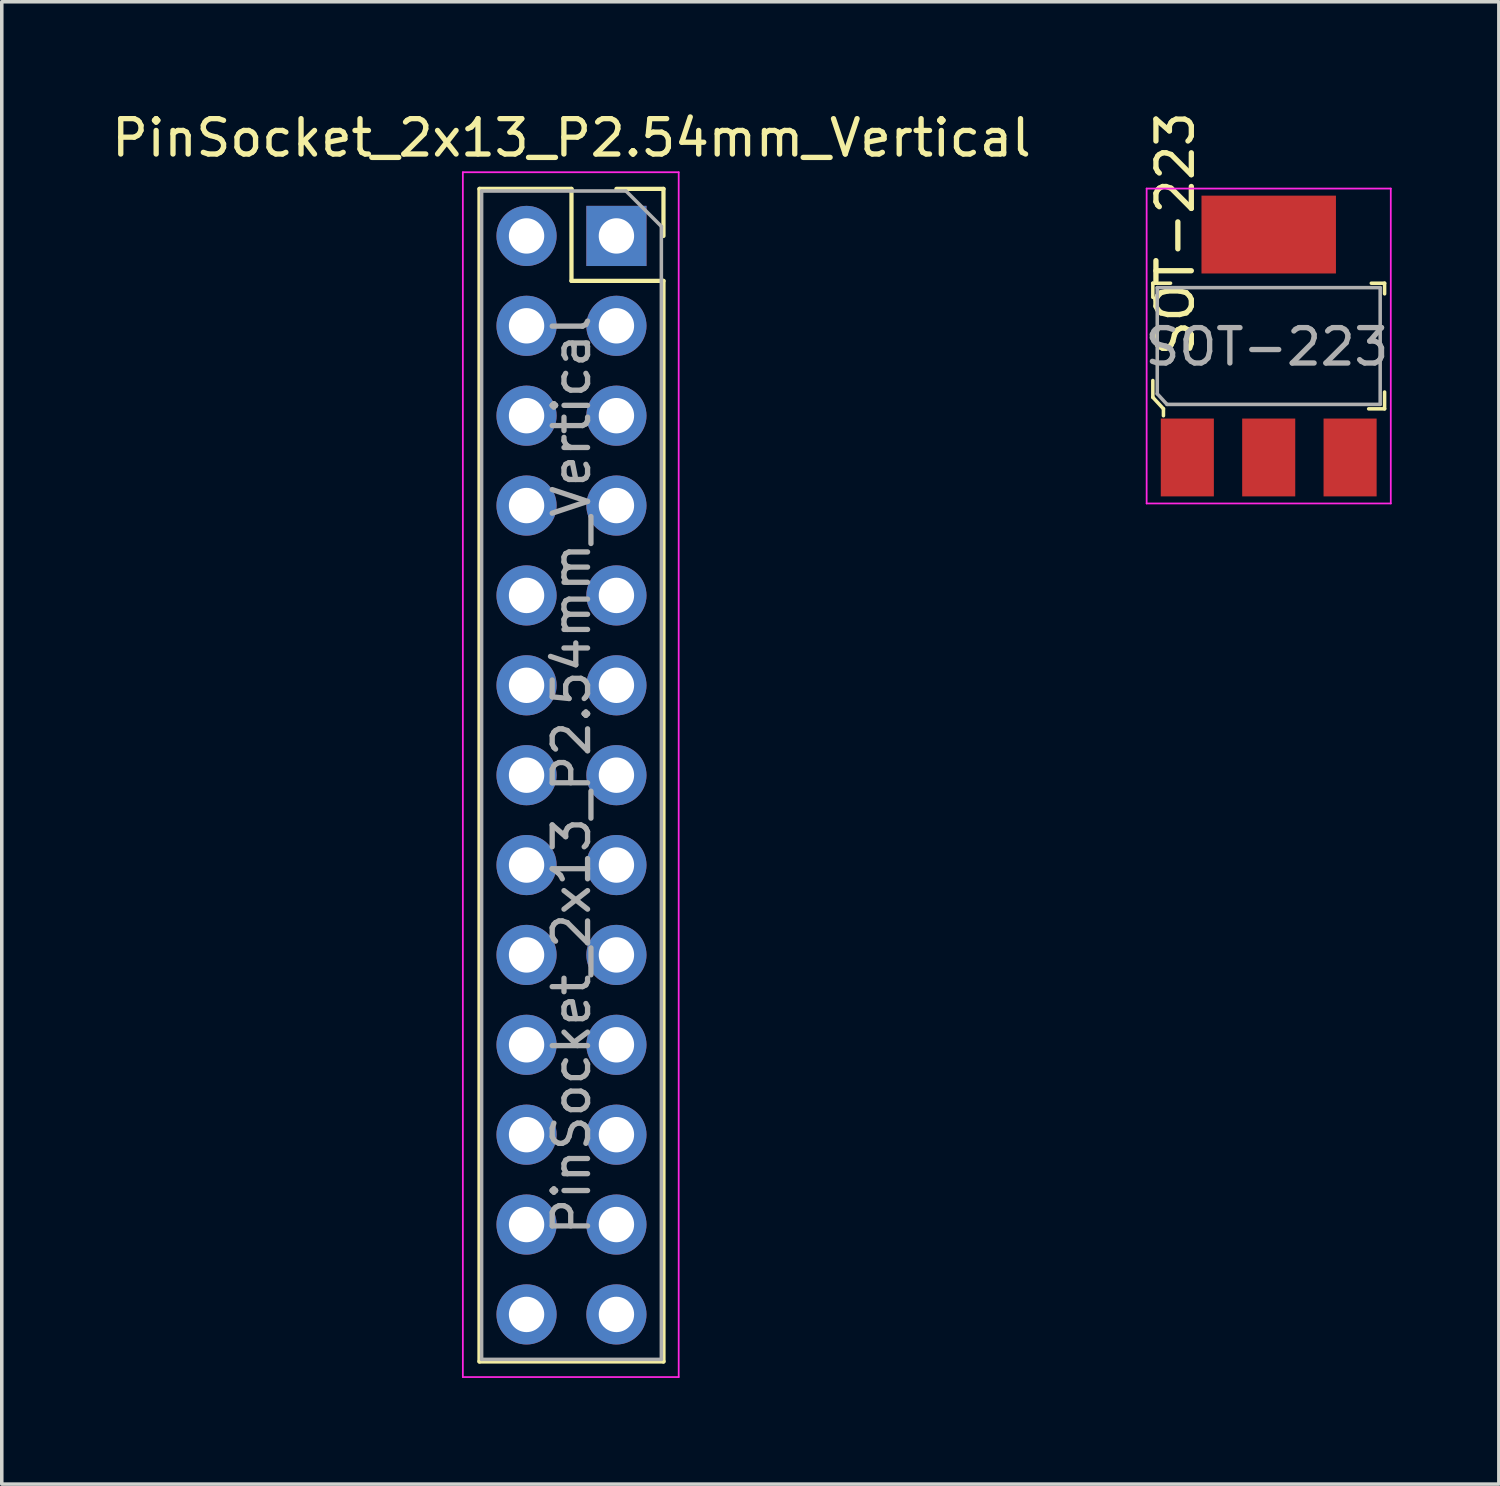
<source format=kicad_pcb>
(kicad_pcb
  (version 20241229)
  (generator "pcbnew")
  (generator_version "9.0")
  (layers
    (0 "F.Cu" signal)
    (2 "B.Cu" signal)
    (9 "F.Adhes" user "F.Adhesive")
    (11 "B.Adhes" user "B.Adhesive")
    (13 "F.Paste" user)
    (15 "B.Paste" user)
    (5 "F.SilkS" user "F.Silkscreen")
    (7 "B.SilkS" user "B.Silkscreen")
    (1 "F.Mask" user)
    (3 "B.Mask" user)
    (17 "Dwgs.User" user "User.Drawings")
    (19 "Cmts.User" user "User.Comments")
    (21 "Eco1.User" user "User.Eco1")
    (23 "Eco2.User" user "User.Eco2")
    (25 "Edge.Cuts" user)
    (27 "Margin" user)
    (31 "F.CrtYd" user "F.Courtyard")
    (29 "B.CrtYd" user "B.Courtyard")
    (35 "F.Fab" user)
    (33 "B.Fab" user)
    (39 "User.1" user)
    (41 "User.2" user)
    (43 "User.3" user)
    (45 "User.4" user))
  (footprint "SOT-223"
    (layer "F.Cu")
    (at 32.806 6.729)
    (property "Reference" "SOT-223" (at -2.642 -3.175 90) (layer "F.SilkS") (effects (font (size 1 1) (thickness 0.15))))
    (attr smd)
    (fp_line (start -3.275 -1.775) (end -3.275 -1.375) (stroke (width 0.1) (type solid)) (layer "F.SilkS"))
    (fp_line (start -3.275 0.975) (end -3.275 1.45) (stroke (width 0.1) (type solid)) (layer "F.SilkS"))
    (fp_line (start -3.275 1.45) (end -2.975 1.775) (stroke (width 0.1) (type solid)) (layer "F.SilkS"))
    (fp_line (start -2.975 1.775) (end -2.975 1.97) (stroke (width 0.1) (type solid)) (layer "F.SilkS"))
    (fp_line (start -2.775 -1.775) (end -3.275 -1.775) (stroke (width 0.1) (type solid)) (layer "F.SilkS"))
    (fp_line (start 2.9 -1.775) (end 3.275 -1.775) (stroke (width 0.1) (type solid)) (layer "F.SilkS"))
    (fp_line (start 3.275 -1.775) (end 3.275 -1.475) (stroke (width 0.1) (type solid)) (layer "F.SilkS"))
    (fp_line (start 3.275 1.3) (end 3.275 1.775) (stroke (width 0.1) (type solid)) (layer "F.SilkS"))
    (fp_line (start 3.275 1.775) (end 2.825 1.775) (stroke (width 0.1) (type solid)) (layer "F.SilkS"))
    (fp_line (start -3.45 -4.45) (end -3.45 4.45) (stroke (width 0.05) (type solid)) (layer "F.CrtYd"))
    (fp_line (start -3.45 4.45) (end 3.45 4.45) (stroke (width 0.05) (type solid)) (layer "F.CrtYd"))
    (fp_line (start 3.45 -4.45) (end -3.45 -4.45) (stroke (width 0.05) (type solid)) (layer "F.CrtYd"))
    (fp_line (start 3.45 -4.45) (end 3.45 4.45) (stroke (width 0.05) (type solid)) (layer "F.CrtYd"))
    (fp_line (start -3.15 -1.65) (end 3.15 -1.65) (stroke (width 0.1) (type solid)) (layer "F.Fab"))
    (fp_line (start -3.15 1.35) (end -3.15 -1.65) (stroke (width 0.1) (type solid)) (layer "F.Fab"))
    (fp_line (start -3.15 1.35) (end -2.875 1.65) (stroke (width 0.1) (type solid)) (layer "F.Fab"))
    (fp_line (start 3.15 -1.65) (end 3.15 1.65) (stroke (width 0.1) (type solid)) (layer "F.Fab"))
    (fp_line (start 3.15 1.65) (end -2.875 1.65) (stroke (width 0.1) (type solid)) (layer "F.Fab"))
    (fp_text user "${REFERENCE}" (at -0.05 0.025 180) (layer "F.Fab") (effects (font (size 1 1) (thickness 0.15))))
    (pad "1" smd rect (at -2.3 3.15) (size 1.5 2.2) (layers "F.Cu" "F.Mask" "F.Paste"))
    (pad "2" smd rect (at 0 3.15) (size 1.5 2.2) (layers "F.Cu" "F.Mask" "F.Paste"))
    (pad "3" smd rect (at 2.3 3.15) (size 1.5 2.2) (layers "F.Cu" "F.Mask" "F.Paste"))
    (pad "4" smd rect (at 0 -3.15) (size 3.8 2.2) (layers "F.Cu" "F.Mask" "F.Paste")))
  (footprint "PinSocket_2x13_P2.54mm_Vertical"
    (layer "F.Cu")
    (at 14.371 3.618)
    (property "Reference" "PinSocket_2x13_P2.54mm_Vertical" (at -1.27 -2.77 180) (layer "F.SilkS") (effects (font (size 1 1) (thickness 0.15))))
    (attr through_hole)
    (fp_line (start -3.87 -1.33) (end -3.87 31.81) (stroke (width 0.12) (type solid)) (layer "F.SilkS"))
    (fp_line (start -3.87 -1.33) (end -1.27 -1.33) (stroke (width 0.12) (type solid)) (layer "F.SilkS"))
    (fp_line (start -3.87 31.81) (end 1.33 31.81) (stroke (width 0.12) (type solid)) (layer "F.SilkS"))
    (fp_line (start -1.27 -1.33) (end -1.27 1.27) (stroke (width 0.12) (type solid)) (layer "F.SilkS"))
    (fp_line (start -1.27 1.27) (end 1.33 1.27) (stroke (width 0.12) (type solid)) (layer "F.SilkS"))
    (fp_line (start 0 -1.33) (end 1.33 -1.33) (stroke (width 0.12) (type solid)) (layer "F.SilkS"))
    (fp_line (start 1.33 -1.33) (end 1.33 0) (stroke (width 0.12) (type solid)) (layer "F.SilkS"))
    (fp_line (start 1.33 1.27) (end 1.33 31.81) (stroke (width 0.12) (type solid)) (layer "F.SilkS"))
    (fp_line (start -4.34 -1.8) (end 1.76 -1.8) (stroke (width 0.05) (type solid)) (layer "F.CrtYd"))
    (fp_line (start -4.34 32.25) (end -4.34 -1.8) (stroke (width 0.05) (type solid)) (layer "F.CrtYd"))
    (fp_line (start 1.76 -1.8) (end 1.76 32.25) (stroke (width 0.05) (type solid)) (layer "F.CrtYd"))
    (fp_line (start 1.76 32.25) (end -4.34 32.25) (stroke (width 0.05) (type solid)) (layer "F.CrtYd"))
    (fp_line (start -3.81 -1.27) (end 0.27 -1.27) (stroke (width 0.1) (type solid)) (layer "F.Fab"))
    (fp_line (start -3.81 31.75) (end -3.81 -1.27) (stroke (width 0.1) (type solid)) (layer "F.Fab"))
    (fp_line (start 0.27 -1.27) (end 1.27 -0.27) (stroke (width 0.1) (type solid)) (layer "F.Fab"))
    (fp_line (start 1.27 -0.27) (end 1.27 31.75) (stroke (width 0.1) (type solid)) (layer "F.Fab"))
    (fp_line (start 1.27 31.75) (end -3.81 31.75) (stroke (width 0.1) (type solid)) (layer "F.Fab"))
    (fp_text user "${REFERENCE}" (at -1.27 15.24 90) (layer "F.Fab") (effects (font (size 1 1) (thickness 0.15))))
    (pad "1" thru_hole rect (at 0 0) (size 1.7 1.7) (drill 1) (layers "*.Cu" "*.Mask"))
    (pad "2" thru_hole oval (at 0 2.54) (size 1.7 1.7) (drill 1) (layers "*.Cu" "*.Mask"))
    (pad "3" thru_hole oval (at 0 5.08) (size 1.7 1.7) (drill 1) (layers "*.Cu" "*.Mask"))
    (pad "4" thru_hole oval (at 0 7.62) (size 1.7 1.7) (drill 1) (layers "*.Cu" "*.Mask"))
    (pad "5" thru_hole oval (at 0 10.16) (size 1.7 1.7) (drill 1) (layers "*.Cu" "*.Mask"))
    (pad "6" thru_hole oval (at 0 12.7) (size 1.7 1.7) (drill 1) (layers "*.Cu" "*.Mask"))
    (pad "7" thru_hole oval (at 0 15.24) (size 1.7 1.7) (drill 1) (layers "*.Cu" "*.Mask"))
    (pad "8" thru_hole oval (at 0 17.78) (size 1.7 1.7) (drill 1) (layers "*.Cu" "*.Mask"))
    (pad "9" thru_hole oval (at 0 20.32) (size 1.7 1.7) (drill 1) (layers "*.Cu" "*.Mask"))
    (pad "10" thru_hole oval (at 0 22.86) (size 1.7 1.7) (drill 1) (layers "*.Cu" "*.Mask"))
    (pad "11" thru_hole oval (at 0 25.4) (size 1.7 1.7) (drill 1) (layers "*.Cu" "*.Mask"))
    (pad "12" thru_hole oval (at 0 27.94) (size 1.7 1.7) (drill 1) (layers "*.Cu" "*.Mask"))
    (pad "13" thru_hole oval (at 0 30.48) (size 1.7 1.7) (drill 1) (layers "*.Cu" "*.Mask"))
    (pad "14" thru_hole oval (at -2.54 0) (size 1.7 1.7) (drill 1) (layers "*.Cu" "*.Mask"))
    (pad "15" thru_hole oval (at -2.54 2.54) (size 1.7 1.7) (drill 1) (layers "*.Cu" "*.Mask"))
    (pad "16" thru_hole oval (at -2.54 5.08) (size 1.7 1.7) (drill 1) (layers "*.Cu" "*.Mask"))
    (pad "17" thru_hole oval (at -2.54 7.62) (size 1.7 1.7) (drill 1) (layers "*.Cu" "*.Mask"))
    (pad "18" thru_hole oval (at -2.54 10.16) (size 1.7 1.7) (drill 1) (layers "*.Cu" "*.Mask"))
    (pad "19" thru_hole oval (at -2.54 12.7) (size 1.7 1.7) (drill 1) (layers "*.Cu" "*.Mask"))
    (pad "20" thru_hole oval (at -2.54 15.24) (size 1.7 1.7) (drill 1) (layers "*.Cu" "*.Mask"))
    (pad "21" thru_hole oval (at -2.54 17.78) (size 1.7 1.7) (drill 1) (layers "*.Cu" "*.Mask"))
    (pad "22" thru_hole oval (at -2.54 20.32) (size 1.7 1.7) (drill 1) (layers "*.Cu" "*.Mask"))
    (pad "23" thru_hole oval (at -2.54 22.86) (size 1.7 1.7) (drill 1) (layers "*.Cu" "*.Mask"))
    (pad "24" thru_hole oval (at -2.54 25.4) (size 1.7 1.7) (drill 1) (layers "*.Cu" "*.Mask"))
    (pad "25" thru_hole oval (at -2.54 27.94) (size 1.7 1.7) (drill 1) (layers "*.Cu" "*.Mask"))
    (pad "26" thru_hole oval (at -2.54 30.48) (size 1.7 1.7) (drill 1) (layers "*.Cu" "*.Mask")))
  (gr_rect
    (start -3 -3)
    (end 39.31 38.893)
    (stroke (width 0.1) (type default))
    (fill no)
    (layer "Edge.Cuts")))
</source>
